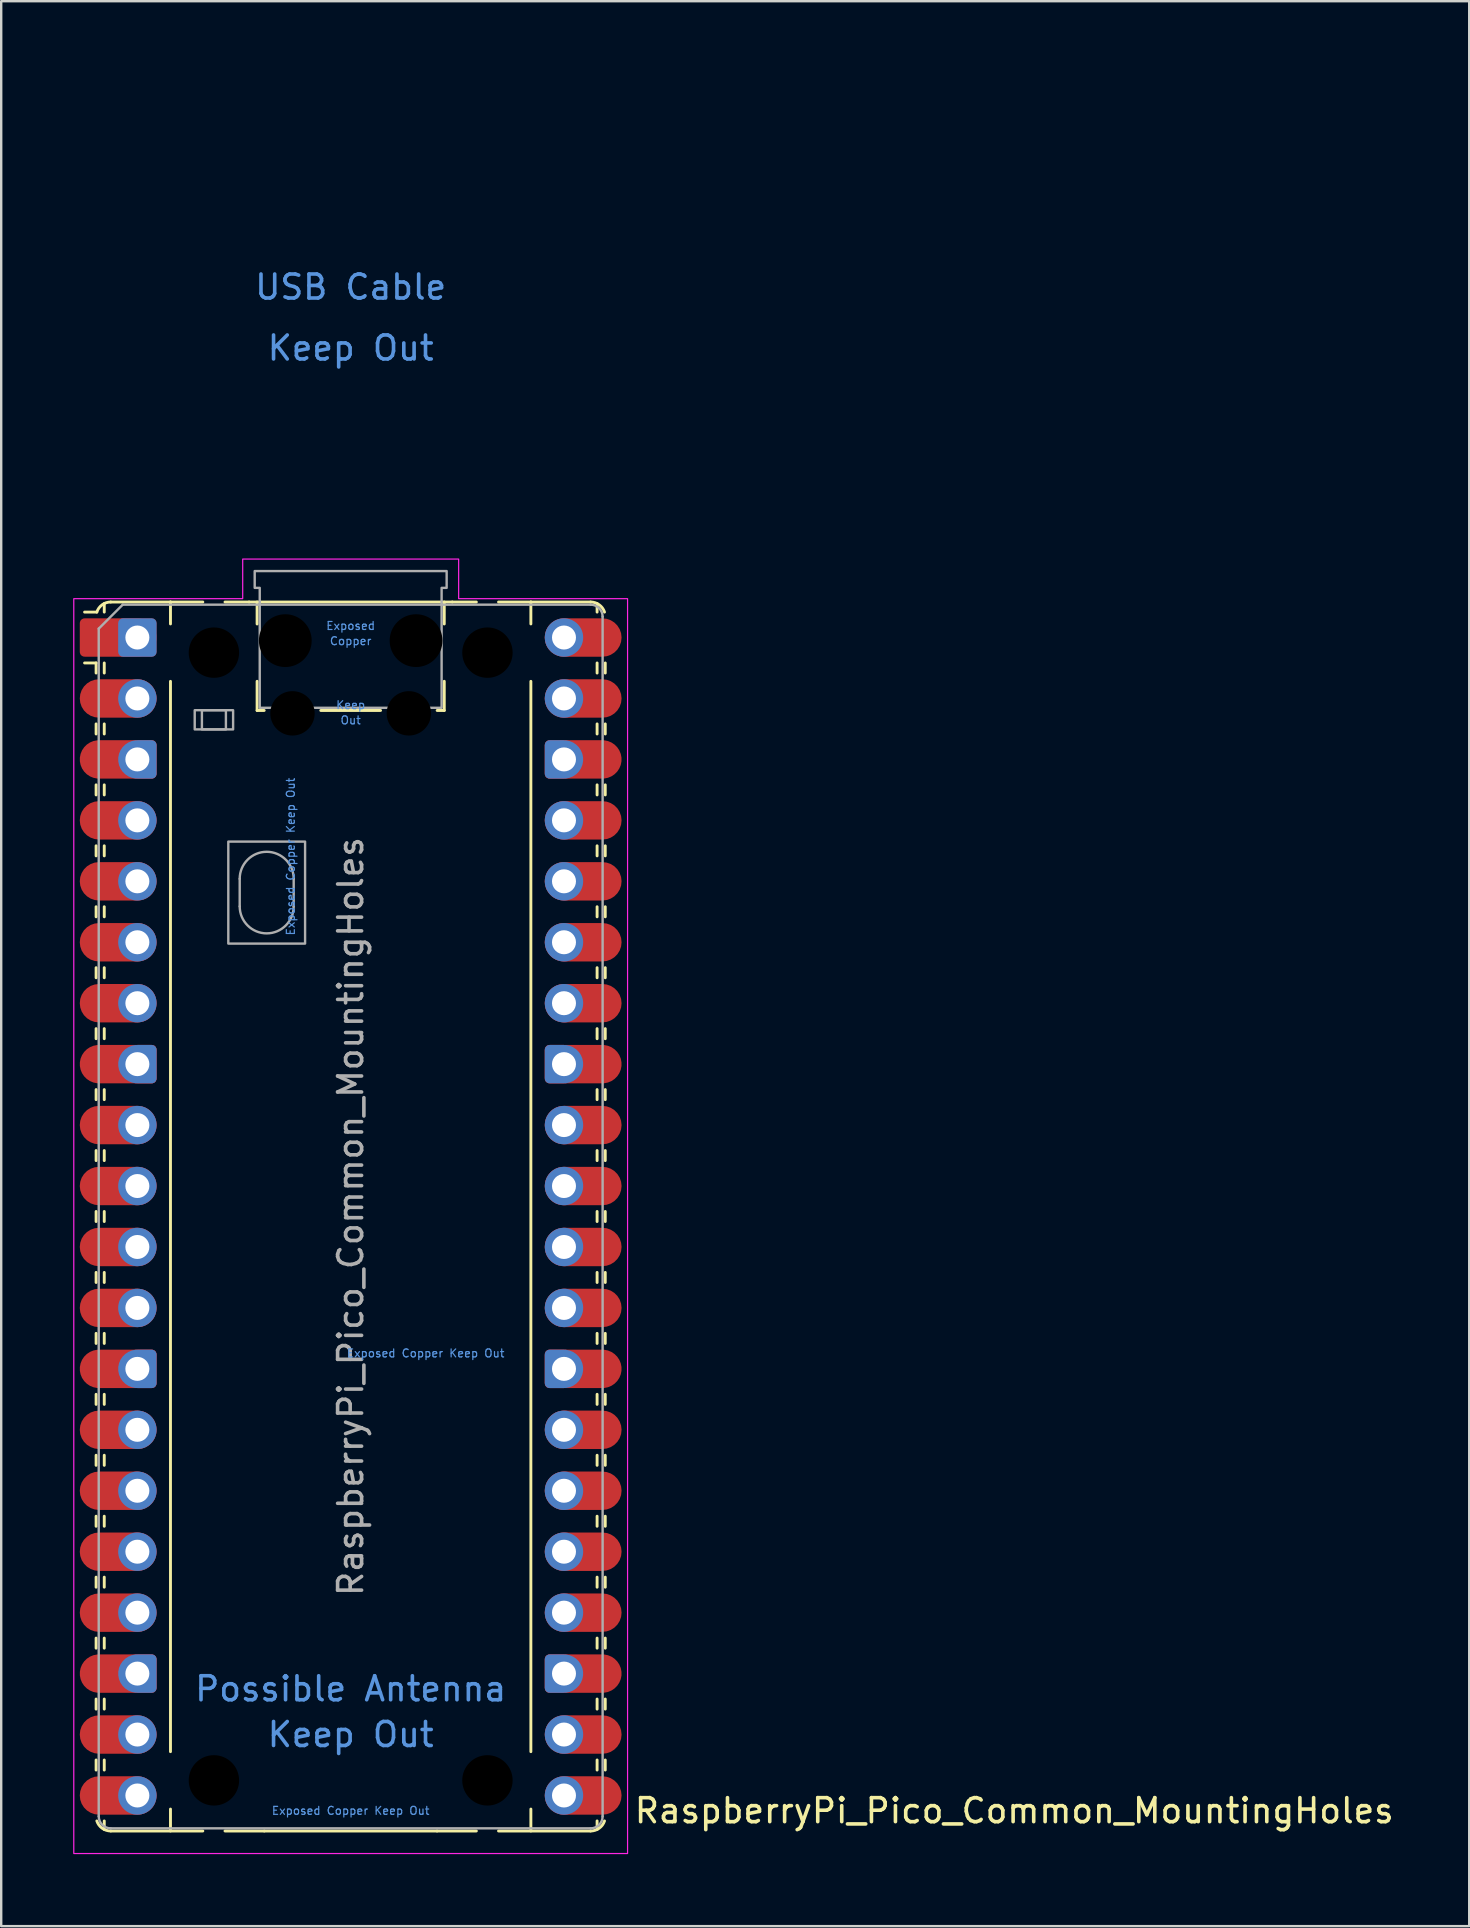
<source format=kicad_pcb>
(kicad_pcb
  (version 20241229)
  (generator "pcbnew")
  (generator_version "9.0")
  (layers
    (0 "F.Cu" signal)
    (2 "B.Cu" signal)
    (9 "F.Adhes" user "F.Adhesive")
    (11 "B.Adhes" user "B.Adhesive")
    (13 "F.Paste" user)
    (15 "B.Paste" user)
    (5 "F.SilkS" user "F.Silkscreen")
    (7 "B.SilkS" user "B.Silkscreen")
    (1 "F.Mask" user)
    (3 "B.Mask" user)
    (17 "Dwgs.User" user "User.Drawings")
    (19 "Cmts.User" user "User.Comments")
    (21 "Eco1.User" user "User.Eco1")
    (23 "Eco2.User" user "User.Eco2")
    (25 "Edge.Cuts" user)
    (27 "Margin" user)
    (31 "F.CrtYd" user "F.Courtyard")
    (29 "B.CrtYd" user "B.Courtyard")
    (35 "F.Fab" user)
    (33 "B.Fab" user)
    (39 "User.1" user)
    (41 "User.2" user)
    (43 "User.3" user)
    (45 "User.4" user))
  (footprint "RaspberryPi_Pico_Common_MountingHoles"
    (layer "F.Cu")
    (at 11.565 47.65)
    (property "Reference" "RaspberryPi_Pico_Common_MountingHoles" (at 11.748 24.765 0) (unlocked yes) (layer "F.SilkS") (effects (font (size 1 1) (thickness 0.15)) (justify left)))
    (attr through_hole)
    (fp_line (start -10.61 -23.07) (end -11.09 -23.07) (stroke (width 0.12) (type solid)) (layer "F.SilkS"))
    (fp_line (start -10.61 -23.07) (end -10.61 -22.65) (stroke (width 0.12) (type solid)) (layer "F.SilkS"))
    (fp_line (start -10.61 -20.53) (end -10.61 -20.11) (stroke (width 0.12) (type solid)) (layer "F.SilkS"))
    (fp_line (start -10.61 -17.99) (end -10.61 -17.57) (stroke (width 0.12) (type solid)) (layer "F.SilkS"))
    (fp_line (start -10.61 -15.45) (end -10.61 -15.03) (stroke (width 0.12) (type solid)) (layer "F.SilkS"))
    (fp_line (start -10.61 -12.91) (end -10.61 -12.49) (stroke (width 0.12) (type solid)) (layer "F.SilkS"))
    (fp_line (start -10.61 -10.37) (end -10.61 -9.95) (stroke (width 0.12) (type solid)) (layer "F.SilkS"))
    (fp_line (start -10.61 -7.83) (end -10.61 -7.41) (stroke (width 0.12) (type solid)) (layer "F.SilkS"))
    (fp_line (start -10.61 -5.29) (end -10.61 -4.87) (stroke (width 0.12) (type solid)) (layer "F.SilkS"))
    (fp_line (start -10.61 -2.75) (end -10.61 -2.33) (stroke (width 0.12) (type solid)) (layer "F.SilkS"))
    (fp_line (start -10.61 -0.21) (end -10.61 0.21) (stroke (width 0.12) (type solid)) (layer "F.SilkS"))
    (fp_line (start -10.61 2.33) (end -10.61 2.75) (stroke (width 0.12) (type solid)) (layer "F.SilkS"))
    (fp_line (start -10.61 4.87) (end -10.61 5.29) (stroke (width 0.12) (type solid)) (layer "F.SilkS"))
    (fp_line (start -10.61 7.41) (end -10.61 7.83) (stroke (width 0.12) (type solid)) (layer "F.SilkS"))
    (fp_line (start -10.61 9.95) (end -10.61 10.37) (stroke (width 0.12) (type solid)) (layer "F.SilkS"))
    (fp_line (start -10.61 12.49) (end -10.61 12.91) (stroke (width 0.12) (type solid)) (layer "F.SilkS"))
    (fp_line (start -10.61 15.03) (end -10.61 15.45) (stroke (width 0.12) (type solid)) (layer "F.SilkS"))
    (fp_line (start -10.61 17.57) (end -10.61 17.99) (stroke (width 0.12) (type solid)) (layer "F.SilkS"))
    (fp_line (start -10.61 20.11) (end -10.61 20.53) (stroke (width 0.12) (type solid)) (layer "F.SilkS"))
    (fp_line (start -10.61 22.65) (end -10.61 23.07) (stroke (width 0.12) (type solid)) (layer "F.SilkS"))
    (fp_line (start -10.58 -25.19) (end -11.09 -25.19) (stroke (width 0.12) (type solid)) (layer "F.SilkS"))
    (fp_line (start -10.27 -25.19) (end -10.27 -25.547) (stroke (width 0.12) (type solid)) (layer "F.SilkS"))
    (fp_line (start -10.27 -23.07) (end -10.27 -22.65) (stroke (width 0.12) (type solid)) (layer "F.SilkS"))
    (fp_line (start -10.27 -20.53) (end -10.27 -20.11) (stroke (width 0.12) (type solid)) (layer "F.SilkS"))
    (fp_line (start -10.27 -17.99) (end -10.27 -17.57) (stroke (width 0.12) (type solid)) (layer "F.SilkS"))
    (fp_line (start -10.27 -15.45) (end -10.27 -15.03) (stroke (width 0.12) (type solid)) (layer "F.SilkS"))
    (fp_line (start -10.27 -12.91) (end -10.27 -12.49) (stroke (width 0.12) (type solid)) (layer "F.SilkS"))
    (fp_line (start -10.27 -10.37) (end -10.27 -9.95) (stroke (width 0.12) (type solid)) (layer "F.SilkS"))
    (fp_line (start -10.27 -7.83) (end -10.27 -7.41) (stroke (width 0.12) (type solid)) (layer "F.SilkS"))
    (fp_line (start -10.27 -5.29) (end -10.27 -4.87) (stroke (width 0.12) (type solid)) (layer "F.SilkS"))
    (fp_line (start -10.27 -2.75) (end -10.27 -2.33) (stroke (width 0.12) (type solid)) (layer "F.SilkS"))
    (fp_line (start -10.27 -0.21) (end -10.27 0.21) (stroke (width 0.12) (type solid)) (layer "F.SilkS"))
    (fp_line (start -10.27 2.33) (end -10.27 2.75) (stroke (width 0.12) (type solid)) (layer "F.SilkS"))
    (fp_line (start -10.27 4.87) (end -10.27 5.29) (stroke (width 0.12) (type solid)) (layer "F.SilkS"))
    (fp_line (start -10.27 7.41) (end -10.27 7.83) (stroke (width 0.12) (type solid)) (layer "F.SilkS"))
    (fp_line (start -10.27 9.95) (end -10.27 10.37) (stroke (width 0.12) (type solid)) (layer "F.SilkS"))
    (fp_line (start -10.27 12.49) (end -10.27 12.91) (stroke (width 0.12) (type solid)) (layer "F.SilkS"))
    (fp_line (start -10.27 15.03) (end -10.27 15.45) (stroke (width 0.12) (type solid)) (layer "F.SilkS"))
    (fp_line (start -10.27 17.57) (end -10.27 17.99) (stroke (width 0.12) (type solid)) (layer "F.SilkS"))
    (fp_line (start -10.27 20.11) (end -10.27 20.53) (stroke (width 0.12) (type solid)) (layer "F.SilkS"))
    (fp_line (start -10.27 22.65) (end -10.27 23.07) (stroke (width 0.12) (type solid)) (layer "F.SilkS"))
    (fp_line (start -10.27 25.19) (end -10.27 25.547) (stroke (width 0.12) (type solid)) (layer "F.SilkS"))
    (fp_line (start -10 -25.61) (end -7.51 -25.61) (stroke (width 0.12) (type solid)) (layer "F.SilkS"))
    (fp_line (start -10 25.61) (end -6.162 25.61) (stroke (width 0.12) (type solid)) (layer "F.SilkS"))
    (fp_line (start -7.51 -25.61) (end -7.51 -24.696) (stroke (width 0.12) (type solid)) (layer "F.SilkS"))
    (fp_line (start -7.51 -25.61) (end -6.162 -25.61) (stroke (width 0.12) (type solid)) (layer "F.SilkS"))
    (fp_line (start -7.51 -22.304) (end -7.51 22.304) (stroke (width 0.12) (type solid)) (layer "F.SilkS"))
    (fp_line (start -7.51 24.696) (end -7.51 25.61) (stroke (width 0.12) (type solid)) (layer "F.SilkS"))
    (fp_line (start -5.238 -25.61) (end -4.235 -25.61) (stroke (width 0.12) (type solid)) (layer "F.SilkS"))
    (fp_line (start -4.235 -25.61) (end 4.235 -25.61) (stroke (width 0.12) (type solid)) (layer "F.SilkS"))
    (fp_line (start -3.9 -25.61) (end -3.9 -24.694) (stroke (width 0.12) (type solid)) (layer "F.SilkS"))
    (fp_line (start -3.9 -22.306) (end -3.9 -21.09) (stroke (width 0.12) (type solid)) (layer "F.SilkS"))
    (fp_line (start -3.9 -21.09) (end -3.604 -21.09) (stroke (width 0.12) (type solid)) (layer "F.SilkS"))
    (fp_line (start -3.6 25.61) (end -5.238 25.61) (stroke (width 0.12) (type solid)) (layer "F.SilkS"))
    (fp_line (start -1.246 -21.09) (end 1.246 -21.09) (stroke (width 0.12) (type solid)) (layer "F.SilkS"))
    (fp_line (start 3.6 25.61) (end -3.6 25.61) (stroke (width 0.12) (type solid)) (layer "F.SilkS"))
    (fp_line (start 3.604 -21.09) (end 3.9 -21.09) (stroke (width 0.12) (type solid)) (layer "F.SilkS"))
    (fp_line (start 3.9 -25.61) (end 3.9 -24.694) (stroke (width 0.12) (type solid)) (layer "F.SilkS"))
    (fp_line (start 3.9 -22.306) (end 3.9 -21.09) (stroke (width 0.12) (type solid)) (layer "F.SilkS"))
    (fp_line (start 4.235 -25.61) (end 5.238 -25.61) (stroke (width 0.12) (type solid)) (layer "F.SilkS"))
    (fp_line (start 5.238 25.61) (end 3.6 25.61) (stroke (width 0.12) (type solid)) (layer "F.SilkS"))
    (fp_line (start 6.162 -25.61) (end 7.51 -25.61) (stroke (width 0.12) (type solid)) (layer "F.SilkS"))
    (fp_line (start 6.162 25.61) (end 10 25.61) (stroke (width 0.12) (type solid)) (layer "F.SilkS"))
    (fp_line (start 7.51 -25.61) (end 7.51 -24.696) (stroke (width 0.12) (type solid)) (layer "F.SilkS"))
    (fp_line (start 7.51 -22.304) (end 7.51 22.304) (stroke (width 0.12) (type solid)) (layer "F.SilkS"))
    (fp_line (start 7.51 24.696) (end 7.51 25.61) (stroke (width 0.12) (type solid)) (layer "F.SilkS"))
    (fp_line (start 10 -25.61) (end 7.51 -25.61) (stroke (width 0.12) (type solid)) (layer "F.SilkS"))
    (fp_line (start 10.27 -25.19) (end 10.27 -25.547) (stroke (width 0.12) (type solid)) (layer "F.SilkS"))
    (fp_line (start 10.27 -23.07) (end 10.27 -22.65) (stroke (width 0.12) (type solid)) (layer "F.SilkS"))
    (fp_line (start 10.27 -20.53) (end 10.27 -20.11) (stroke (width 0.12) (type solid)) (layer "F.SilkS"))
    (fp_line (start 10.27 -17.99) (end 10.27 -17.57) (stroke (width 0.12) (type solid)) (layer "F.SilkS"))
    (fp_line (start 10.27 -15.45) (end 10.27 -15.03) (stroke (width 0.12) (type solid)) (layer "F.SilkS"))
    (fp_line (start 10.27 -12.91) (end 10.27 -12.49) (stroke (width 0.12) (type solid)) (layer "F.SilkS"))
    (fp_line (start 10.27 -10.37) (end 10.27 -9.95) (stroke (width 0.12) (type solid)) (layer "F.SilkS"))
    (fp_line (start 10.27 -7.83) (end 10.27 -7.41) (stroke (width 0.12) (type solid)) (layer "F.SilkS"))
    (fp_line (start 10.27 -5.29) (end 10.27 -4.87) (stroke (width 0.12) (type solid)) (layer "F.SilkS"))
    (fp_line (start 10.27 -2.75) (end 10.27 -2.33) (stroke (width 0.12) (type solid)) (layer "F.SilkS"))
    (fp_line (start 10.27 -0.21) (end 10.27 0.21) (stroke (width 0.12) (type solid)) (layer "F.SilkS"))
    (fp_line (start 10.27 2.33) (end 10.27 2.75) (stroke (width 0.12) (type solid)) (layer "F.SilkS"))
    (fp_line (start 10.27 4.87) (end 10.27 5.29) (stroke (width 0.12) (type solid)) (layer "F.SilkS"))
    (fp_line (start 10.27 7.41) (end 10.27 7.83) (stroke (width 0.12) (type solid)) (layer "F.SilkS"))
    (fp_line (start 10.27 9.95) (end 10.27 10.37) (stroke (width 0.12) (type solid)) (layer "F.SilkS"))
    (fp_line (start 10.27 12.49) (end 10.27 12.91) (stroke (width 0.12) (type solid)) (layer "F.SilkS"))
    (fp_line (start 10.27 15.03) (end 10.27 15.45) (stroke (width 0.12) (type solid)) (layer "F.SilkS"))
    (fp_line (start 10.27 17.57) (end 10.27 17.99) (stroke (width 0.12) (type solid)) (layer "F.SilkS"))
    (fp_line (start 10.27 20.11) (end 10.27 20.53) (stroke (width 0.12) (type solid)) (layer "F.SilkS"))
    (fp_line (start 10.27 22.65) (end 10.27 23.07) (stroke (width 0.12) (type solid)) (layer "F.SilkS"))
    (fp_line (start 10.27 25.19) (end 10.27 25.547) (stroke (width 0.12) (type solid)) (layer "F.SilkS"))
    (fp_line (start 10.61 -23.07) (end 10.61 -22.65) (stroke (width 0.12) (type solid)) (layer "F.SilkS"))
    (fp_line (start 10.61 -20.53) (end 10.61 -20.11) (stroke (width 0.12) (type solid)) (layer "F.SilkS"))
    (fp_line (start 10.61 -17.99) (end 10.61 -17.57) (stroke (width 0.12) (type solid)) (layer "F.SilkS"))
    (fp_line (start 10.61 -15.45) (end 10.61 -15.03) (stroke (width 0.12) (type solid)) (layer "F.SilkS"))
    (fp_line (start 10.61 -12.91) (end 10.61 -12.49) (stroke (width 0.12) (type solid)) (layer "F.SilkS"))
    (fp_line (start 10.61 -10.37) (end 10.61 -9.95) (stroke (width 0.12) (type solid)) (layer "F.SilkS"))
    (fp_line (start 10.61 -7.83) (end 10.61 -7.41) (stroke (width 0.12) (type solid)) (layer "F.SilkS"))
    (fp_line (start 10.61 -5.29) (end 10.61 -4.87) (stroke (width 0.12) (type solid)) (layer "F.SilkS"))
    (fp_line (start 10.61 -2.75) (end 10.61 -2.33) (stroke (width 0.12) (type solid)) (layer "F.SilkS"))
    (fp_line (start 10.61 -0.21) (end 10.61 0.21) (stroke (width 0.12) (type solid)) (layer "F.SilkS"))
    (fp_line (start 10.61 2.33) (end 10.61 2.75) (stroke (width 0.12) (type solid)) (layer "F.SilkS"))
    (fp_line (start 10.61 4.87) (end 10.61 5.29) (stroke (width 0.12) (type solid)) (layer "F.SilkS"))
    (fp_line (start 10.61 7.41) (end 10.61 7.83) (stroke (width 0.12) (type solid)) (layer "F.SilkS"))
    (fp_line (start 10.61 9.95) (end 10.61 10.37) (stroke (width 0.12) (type solid)) (layer "F.SilkS"))
    (fp_line (start 10.61 12.49) (end 10.61 12.91) (stroke (width 0.12) (type solid)) (layer "F.SilkS"))
    (fp_line (start 10.61 15.03) (end 10.61 15.45) (stroke (width 0.12) (type solid)) (layer "F.SilkS"))
    (fp_line (start 10.61 17.57) (end 10.61 17.99) (stroke (width 0.12) (type solid)) (layer "F.SilkS"))
    (fp_line (start 10.61 20.11) (end 10.61 20.53) (stroke (width 0.12) (type solid)) (layer "F.SilkS"))
    (fp_line (start 10.61 22.65) (end 10.61 23.07) (stroke (width 0.12) (type solid)) (layer "F.SilkS"))
    (fp_arc (start -10.579676 -25.19) (mid -10.357938 -25.493944) (end -10 -25.61) (stroke (width 0.12) (type solid)) (layer "F.SilkS"))
    (fp_arc (start -10 25.61) (mid -10.357937 25.493944) (end -10.579676 25.189937) (stroke (width 0.12) (type solid)) (layer "F.SilkS"))
    (fp_arc (start 10 -25.61) (mid 10.357937 -25.493944) (end 10.579676 -25.189937) (stroke (width 0.12) (type solid)) (layer "F.SilkS"))
    (fp_arc (start 10.579676 25.189937) (mid 10.357946 25.493957) (end 10 25.61) (stroke (width 0.12) (type solid)) (layer "F.SilkS"))
    (fp_poly (pts (xy -4.5 -27.4) (xy 4.5 -27.4) (xy 4.5 -25.75) (xy 11.54 -25.75) (xy 11.54 26.55) (xy -11.54 26.55) (xy -11.54 -25.75) (xy -4.5 -25.75)) (stroke (width 0.05) (type solid)) (fill no) (layer "F.CrtYd"))
    (fp_line (start -10.5 -24.5) (end -9.5 -25.5) (stroke (width 0.1) (type solid)) (layer "F.Fab"))
    (fp_line (start -10.5 25) (end -10.5 -24.5) (stroke (width 0.1) (type solid)) (layer "F.Fab"))
    (fp_line (start -9.5 -25.5) (end 10 -25.5) (stroke (width 0.1) (type solid)) (layer "F.Fab"))
    (fp_line (start -4.625 -14.075) (end -4.625 -12.925) (stroke (width 0.1) (type solid)) (layer "F.Fab"))
    (fp_line (start -2.375 -14.075) (end -2.375 -12.925) (stroke (width 0.1) (type solid)) (layer "F.Fab"))
    (fp_line (start 10 25.5) (end -10 25.5) (stroke (width 0.1) (type solid)) (layer "F.Fab"))
    (fp_line (start 10.5 -25) (end 10.5 25) (stroke (width 0.1) (type solid)) (layer "F.Fab"))
    (fp_rect (start -6.5 -21.1) (end -4.9 -20.3) (stroke (width 0.1) (type solid)) (fill no) (layer "F.Fab"))
    (fp_rect (start -6.2 -21.1) (end -5.2 -20.3) (stroke (width 0.1) (type solid)) (fill no) (layer "F.Fab"))
    (fp_rect (start -5.1 -15.625) (end -1.9 -11.375) (stroke (width 0.1) (type solid)) (fill no) (layer "F.Fab"))
    (fp_arc (start -10 25.5) (mid -10.353553 25.353553) (end -10.5 25) (stroke (width 0.1) (type solid)) (layer "F.Fab"))
    (fp_arc (start -4.625 -14.075) (mid -3.5 -15.2) (end -2.375 -14.075) (stroke (width 0.1) (type solid)) (layer "F.Fab"))
    (fp_arc (start -2.375 -12.925) (mid -3.5 -11.8) (end -4.625 -12.925) (stroke (width 0.1) (type solid)) (layer "F.Fab"))
    (fp_arc (start 10 -25.5) (mid 10.353553 -25.353553) (end 10.5 -25) (stroke (width 0.1) (type solid)) (layer "F.Fab"))
    (fp_arc (start 10.5 25) (mid 10.353553 25.353553) (end 10 25.5) (stroke (width 0.1) (type solid)) (layer "F.Fab"))
    (fp_poly (pts (xy 3.79 -21.2) (xy 3.79 -26.2) (xy 4 -26.2) (xy 4 -26.9) (xy -4 -26.9) (xy -4 -26.2) (xy -3.79 -26.2) (xy -3.79 -21.2)) (stroke (width 0.1) (type solid)) (fill no) (layer "F.Fab"))
    (fp_text user "Exposed" (at 0 -24.617 0) (unlocked yes) (layer "Cmts.User") (effects (font (size 0.333 0.333) (thickness 0.05))))
    (fp_text user "Possible Antenna" (at 0 19.685 0) (unlocked yes) (layer "Cmts.User") (effects (font (size 1 1) (thickness 0.15))))
    (fp_text user "Keep" (at 0 -21.317 0) (unlocked yes) (layer "Cmts.User") (effects (font (size 0.333 0.333) (thickness 0.05))))
    (fp_text user "Exposed Copper Keep Out" (at 3.124 5.7 0) (unlocked yes) (layer "Cmts.User") (effects (font (size 0.333 0.333) (thickness 0.05))))
    (fp_text user "USB Cable" (at 0 -38.735 0) (unlocked yes) (layer "Cmts.User") (effects (font (size 1 1) (thickness 0.15))))
    (fp_text user "Exposed Copper Keep Out" (at 0 24.765 0) (unlocked yes) (layer "Cmts.User") (effects (font (size 0.333 0.333) (thickness 0.05))))
    (fp_text user "Copper" (at 0 -23.983 0) (unlocked yes) (layer "Cmts.User") (effects (font (size 0.333 0.333) (thickness 0.05))))
    (fp_text user "Keep Out" (at 0 21.59 0) (unlocked yes) (layer "Cmts.User") (effects (font (size 1 1) (thickness 0.15))))
    (fp_text user "Exposed Copper Keep Out" (at -2.5 -15 90) (unlocked yes) (layer "Cmts.User") (effects (font (size 0.333 0.333) (thickness 0.05))))
    (fp_text user "Keep Out" (at 0 -36.195 0) (unlocked yes) (layer "Cmts.User") (effects (font (size 1 1) (thickness 0.15))))
    (fp_text user "Out" (at 0 -20.683 0) (unlocked yes) (layer "Cmts.User") (effects (font (size 0.333 0.333) (thickness 0.05))))
    (fp_text user "${REFERENCE}" (at 0 0 90) (layer "F.Fab") (effects (font (size 1 1) (thickness 0.15))))
    (pad "" np_thru_hole circle (at -5.7 -23.5) (size 3.8 3.8) (drill 2.1) (layers "*.Mask"))
    (pad "" np_thru_hole circle (at -5.7 23.5) (size 3.8 3.8) (drill 2.1) (layers "*.Mask"))
    (pad "" np_thru_hole circle (at -2.725 -24) (size 2.2 2.2) (drill 2.2) (layers "*.Mask"))
    (pad "" np_thru_hole circle (at -2.425 -20.97) (size 1.85 1.85) (drill 1.85) (layers "*.Mask"))
    (pad "" np_thru_hole circle (at 2.425 -20.97) (size 1.85 1.85) (drill 1.85) (layers "*.Mask"))
    (pad "" np_thru_hole circle (at 2.725 -24) (size 2.2 2.2) (drill 2.2) (layers "*.Mask"))
    (pad "" np_thru_hole circle (at 5.7 -23.5) (size 3.8 3.8) (drill 2.1) (layers "*.Mask"))
    (pad "" np_thru_hole circle (at 5.7 23.5) (size 3.8 3.8) (drill 2.1) (layers "*.Mask"))
    (pad "1" thru_hole roundrect (at -8.89 -24.13) (size 1.6 1.6) (drill 1) (layers "*.Cu" "*.Mask") (roundrect_rratio 0.125))
    (pad "1" smd custom (at -8.89 -24.13) (size 1.6 1.6) (layers "F.Cu" "F.Mask") (options (anchor circle)) (primitives (gr_poly (pts (xy -2.4 0.6) (xy -2.4 -0.6) (xy -2.2 -0.8) (xy 0 -0.8) (xy 0 0.8) (xy -2.2 0.8)) (width 0) (fill yes)) (gr_circle (center -2.2 0.6) (end -2 0.6) (width 0) (fill yes)) (gr_circle (center -2.2 -0.6) (end -2 -0.6) (width 0) (fill yes))))
    (pad "2" thru_hole circle (at -8.89 -21.59) (size 1.6 1.6) (drill 1) (layers "*.Cu" "*.Mask"))
    (pad "2" smd roundrect (at -8.89 -21.59) (size 3.2 1.6) (drill (offset -0.8 0)) (layers "F.Cu" "F.Mask") (roundrect_rratio 0.5))
    (pad "3" smd custom (at -8.89 -19.05) (size 1.6 1.6) (layers "F.Cu" "F.Mask") (options (anchor circle)) (primitives (gr_poly (pts (xy 0.8 -0.6) (xy 0.8 0.6) (xy 0.6 0.8) (xy -1.6 0.8) (xy -1.6 -0.8) (xy 0.6 -0.8)) (width 0) (fill yes)) (gr_circle (center 0.6 0.6) (end 0.8 0.6) (width 0) (fill yes)) (gr_circle (center 0.6 -0.6) (end 0.8 -0.6) (width 0) (fill yes)) (gr_circle (center -1.6 0) (end -0.8 0) (width 0) (fill yes))))
    (pad "3" thru_hole custom (at -8.89 -19.05) (size 1.6 1.6) (drill 1) (layers "*.Cu" "*.Mask") (options (anchor circle)) (primitives (gr_poly (pts (xy 0.8 0.6) (xy 0.8 -0.6) (xy 0.6 -0.8) (xy 0 -0.8) (xy 0 0.8) (xy 0.6 0.8)) (width 0) (fill yes)) (gr_circle (center 0.6 0.6) (end 0.8 0.6) (width 0) (fill yes)) (gr_circle (center 0.6 -0.6) (end 0.8 -0.6) (width 0) (fill yes))))
    (pad "4" thru_hole circle (at -8.89 -16.51) (size 1.6 1.6) (drill 1) (layers "*.Cu" "*.Mask"))
    (pad "4" smd roundrect (at -8.89 -16.51) (size 3.2 1.6) (drill (offset -0.8 0)) (layers "F.Cu" "F.Mask") (roundrect_rratio 0.5))
    (pad "5" thru_hole circle (at -8.89 -13.97) (size 1.6 1.6) (drill 1) (layers "*.Cu" "*.Mask"))
    (pad "5" smd roundrect (at -8.89 -13.97) (size 3.2 1.6) (drill (offset -0.8 0)) (layers "F.Cu" "F.Mask") (roundrect_rratio 0.5))
    (pad "6" thru_hole circle (at -8.89 -11.43) (size 1.6 1.6) (drill 1) (layers "*.Cu" "*.Mask"))
    (pad "6" smd roundrect (at -8.89 -11.43) (size 3.2 1.6) (drill (offset -0.8 0)) (layers "F.Cu" "F.Mask") (roundrect_rratio 0.5))
    (pad "7" thru_hole circle (at -8.89 -8.89) (size 1.6 1.6) (drill 1) (layers "*.Cu" "*.Mask"))
    (pad "7" smd roundrect (at -8.89 -8.89) (size 3.2 1.6) (drill (offset -0.8 0)) (layers "F.Cu" "F.Mask") (roundrect_rratio 0.5))
    (pad "8" smd custom (at -8.89 -6.35) (size 1.6 1.6) (layers "F.Cu" "F.Mask") (options (anchor circle)) (primitives (gr_poly (pts (xy 0.8 -0.6) (xy 0.8 0.6) (xy 0.6 0.8) (xy -1.6 0.8) (xy -1.6 -0.8) (xy 0.6 -0.8)) (width 0) (fill yes)) (gr_circle (center 0.6 0.6) (end 0.8 0.6) (width 0) (fill yes)) (gr_circle (center 0.6 -0.6) (end 0.8 -0.6) (width 0) (fill yes)) (gr_circle (center -1.6 0) (end -0.8 0) (width 0) (fill yes))))
    (pad "8" thru_hole custom (at -8.89 -6.35) (size 1.6 1.6) (drill 1) (layers "*.Cu" "*.Mask") (options (anchor circle)) (primitives (gr_poly (pts (xy 0.8 0.6) (xy 0.8 -0.6) (xy 0.6 -0.8) (xy 0 -0.8) (xy 0 0.8) (xy 0.6 0.8)) (width 0) (fill yes)) (gr_circle (center 0.6 0.6) (end 0.8 0.6) (width 0) (fill yes)) (gr_circle (center 0.6 -0.6) (end 0.8 -0.6) (width 0) (fill yes))))
    (pad "9" thru_hole circle (at -8.89 -3.81) (size 1.6 1.6) (drill 1) (layers "*.Cu" "*.Mask"))
    (pad "9" smd roundrect (at -8.89 -3.81) (size 3.2 1.6) (drill (offset -0.8 0)) (layers "F.Cu" "F.Mask") (roundrect_rratio 0.5))
    (pad "10" thru_hole circle (at -8.89 -1.27) (size 1.6 1.6) (drill 1) (layers "*.Cu" "*.Mask"))
    (pad "10" smd roundrect (at -8.89 -1.27) (size 3.2 1.6) (drill (offset -0.8 0)) (layers "F.Cu" "F.Mask") (roundrect_rratio 0.5))
    (pad "11" thru_hole circle (at -8.89 1.27) (size 1.6 1.6) (drill 1) (layers "*.Cu" "*.Mask"))
    (pad "11" smd roundrect (at -8.89 1.27) (size 3.2 1.6) (drill (offset -0.8 0)) (layers "F.Cu" "F.Mask") (roundrect_rratio 0.5))
    (pad "12" thru_hole circle (at -8.89 3.81) (size 1.6 1.6) (drill 1) (layers "*.Cu" "*.Mask"))
    (pad "12" smd roundrect (at -8.89 3.81) (size 3.2 1.6) (drill (offset -0.8 0)) (layers "F.Cu" "F.Mask") (roundrect_rratio 0.5))
    (pad "13" smd custom (at -8.89 6.35) (size 1.6 1.6) (layers "F.Cu" "F.Mask") (options (anchor circle)) (primitives (gr_poly (pts (xy 0.8 -0.6) (xy 0.8 0.6) (xy 0.6 0.8) (xy -1.6 0.8) (xy -1.6 -0.8) (xy 0.6 -0.8)) (width 0) (fill yes)) (gr_circle (center 0.6 0.6) (end 0.8 0.6) (width 0) (fill yes)) (gr_circle (center 0.6 -0.6) (end 0.8 -0.6) (width 0) (fill yes)) (gr_circle (center -1.6 0) (end -0.8 0) (width 0) (fill yes))))
    (pad "13" thru_hole custom (at -8.89 6.35) (size 1.6 1.6) (drill 1) (layers "*.Cu" "*.Mask") (options (anchor circle)) (primitives (gr_poly (pts (xy 0.8 0.6) (xy 0.8 -0.6) (xy 0.6 -0.8) (xy 0 -0.8) (xy 0 0.8) (xy 0.6 0.8)) (width 0) (fill yes)) (gr_circle (center 0.6 0.6) (end 0.8 0.6) (width 0) (fill yes)) (gr_circle (center 0.6 -0.6) (end 0.8 -0.6) (width 0) (fill yes))))
    (pad "14" thru_hole circle (at -8.89 8.89) (size 1.6 1.6) (drill 1) (layers "*.Cu" "*.Mask"))
    (pad "14" smd roundrect (at -8.89 8.89) (size 3.2 1.6) (drill (offset -0.8 0)) (layers "F.Cu" "F.Mask") (roundrect_rratio 0.5))
    (pad "15" thru_hole circle (at -8.89 11.43) (size 1.6 1.6) (drill 1) (layers "*.Cu" "*.Mask"))
    (pad "15" smd roundrect (at -8.89 11.43) (size 3.2 1.6) (drill (offset -0.8 0)) (layers "F.Cu" "F.Mask") (roundrect_rratio 0.5))
    (pad "16" thru_hole circle (at -8.89 13.97) (size 1.6 1.6) (drill 1) (layers "*.Cu" "*.Mask"))
    (pad "16" smd roundrect (at -8.89 13.97) (size 3.2 1.6) (drill (offset -0.8 0)) (layers "F.Cu" "F.Mask") (roundrect_rratio 0.5))
    (pad "17" thru_hole circle (at -8.89 16.51) (size 1.6 1.6) (drill 1) (layers "*.Cu" "*.Mask"))
    (pad "17" smd roundrect (at -8.89 16.51) (size 3.2 1.6) (drill (offset -0.8 0)) (layers "F.Cu" "F.Mask") (roundrect_rratio 0.5))
    (pad "18" smd custom (at -8.89 19.05) (size 1.6 1.6) (layers "F.Cu" "F.Mask") (options (anchor circle)) (primitives (gr_poly (pts (xy 0.8 -0.6) (xy 0.8 0.6) (xy 0.6 0.8) (xy -1.6 0.8) (xy -1.6 -0.8) (xy 0.6 -0.8)) (width 0) (fill yes)) (gr_circle (center 0.6 0.6) (end 0.8 0.6) (width 0) (fill yes)) (gr_circle (center 0.6 -0.6) (end 0.8 -0.6) (width 0) (fill yes)) (gr_circle (center -1.6 0) (end -0.8 0) (width 0) (fill yes))))
    (pad "18" thru_hole custom (at -8.89 19.05) (size 1.6 1.6) (drill 1) (layers "*.Cu" "*.Mask") (options (anchor circle)) (primitives (gr_poly (pts (xy 0.8 0.6) (xy 0.8 -0.6) (xy 0.6 -0.8) (xy 0 -0.8) (xy 0 0.8) (xy 0.6 0.8)) (width 0) (fill yes)) (gr_circle (center 0.6 0.6) (end 0.8 0.6) (width 0) (fill yes)) (gr_circle (center 0.6 -0.6) (end 0.8 -0.6) (width 0) (fill yes))))
    (pad "19" thru_hole circle (at -8.89 21.59) (size 1.6 1.6) (drill 1) (layers "*.Cu" "*.Mask"))
    (pad "19" smd roundrect (at -8.89 21.59) (size 3.2 1.6) (drill (offset -0.8 0)) (layers "F.Cu" "F.Mask") (roundrect_rratio 0.5))
    (pad "20" thru_hole circle (at -8.89 24.13) (size 1.6 1.6) (drill 1) (layers "*.Cu" "*.Mask"))
    (pad "20" smd roundrect (at -8.89 24.13) (size 3.2 1.6) (drill (offset -0.8 0)) (layers "F.Cu" "F.Mask") (roundrect_rratio 0.5))
    (pad "21" thru_hole circle (at 8.89 24.13) (size 1.6 1.6) (drill 1) (layers "*.Cu" "*.Mask"))
    (pad "21" smd roundrect (at 8.89 24.13) (size 3.2 1.6) (drill (offset 0.8 0)) (layers "F.Cu" "F.Mask") (roundrect_rratio 0.5))
    (pad "22" thru_hole circle (at 8.89 21.59) (size 1.6 1.6) (drill 1) (layers "*.Cu" "*.Mask"))
    (pad "22" smd roundrect (at 8.89 21.59) (size 3.2 1.6) (drill (offset 0.8 0)) (layers "F.Cu" "F.Mask") (roundrect_rratio 0.5))
    (pad "23" smd custom (at 8.89 19.05) (size 1.6 1.6) (layers "F.Cu" "F.Mask") (options (anchor circle)) (primitives (gr_poly (pts (xy -0.8 -0.6) (xy -0.8 0.6) (xy -0.6 0.8) (xy 1.6 0.8) (xy 1.6 -0.8) (xy -0.6 -0.8)) (width 0) (fill yes)) (gr_circle (center -0.6 0.6) (end -0.4 0.6) (width 0) (fill yes)) (gr_circle (center -0.6 -0.6) (end -0.4 -0.6) (width 0) (fill yes)) (gr_circle (center 1.6 0) (end 2.4 0) (width 0) (fill yes))))
    (pad "23" thru_hole custom (at 8.89 19.05) (size 1.6 1.6) (drill 1) (layers "*.Cu" "*.Mask") (options (anchor circle)) (primitives (gr_poly (pts (xy -0.8 0.6) (xy -0.8 -0.6) (xy -0.6 -0.8) (xy 0 -0.8) (xy 0 0.8) (xy -0.6 0.8)) (width 0) (fill yes)) (gr_circle (center -0.6 0.6) (end -0.4 0.6) (width 0) (fill yes)) (gr_circle (center -0.6 -0.6) (end -0.4 -0.6) (width 0) (fill yes))))
    (pad "24" thru_hole circle (at 8.89 16.51) (size 1.6 1.6) (drill 1) (layers "*.Cu" "*.Mask"))
    (pad "24" smd roundrect (at 8.89 16.51) (size 3.2 1.6) (drill (offset 0.8 0)) (layers "F.Cu" "F.Mask") (roundrect_rratio 0.5))
    (pad "25" thru_hole circle (at 8.89 13.97) (size 1.6 1.6) (drill 1) (layers "*.Cu" "*.Mask"))
    (pad "25" smd roundrect (at 8.89 13.97) (size 3.2 1.6) (drill (offset 0.8 0)) (layers "F.Cu" "F.Mask") (roundrect_rratio 0.5))
    (pad "26" thru_hole circle (at 8.89 11.43) (size 1.6 1.6) (drill 1) (layers "*.Cu" "*.Mask"))
    (pad "26" smd roundrect (at 8.89 11.43) (size 3.2 1.6) (drill (offset 0.8 0)) (layers "F.Cu" "F.Mask") (roundrect_rratio 0.5))
    (pad "27" thru_hole circle (at 8.89 8.89) (size 1.6 1.6) (drill 1) (layers "*.Cu" "*.Mask"))
    (pad "27" smd roundrect (at 8.89 8.89) (size 3.2 1.6) (drill (offset 0.8 0)) (layers "F.Cu" "F.Mask") (roundrect_rratio 0.5))
    (pad "28" smd custom (at 8.89 6.35) (size 1.6 1.6) (layers "F.Cu" "F.Mask") (options (anchor circle)) (primitives (gr_poly (pts (xy -0.8 -0.6) (xy -0.8 0.6) (xy -0.6 0.8) (xy 1.6 0.8) (xy 1.6 -0.8) (xy -0.6 -0.8)) (width 0) (fill yes)) (gr_circle (center -0.6 0.6) (end -0.4 0.6) (width 0) (fill yes)) (gr_circle (center -0.6 -0.6) (end -0.4 -0.6) (width 0) (fill yes)) (gr_circle (center 1.6 0) (end 2.4 0) (width 0) (fill yes))))
    (pad "28" thru_hole custom (at 8.89 6.35) (size 1.6 1.6) (drill 1) (layers "*.Cu" "*.Mask") (options (anchor circle)) (primitives (gr_poly (pts (xy -0.8 0.6) (xy -0.8 -0.6) (xy -0.6 -0.8) (xy 0 -0.8) (xy 0 0.8) (xy -0.6 0.8)) (width 0) (fill yes)) (gr_circle (center -0.6 0.6) (end -0.4 0.6) (width 0) (fill yes)) (gr_circle (center -0.6 -0.6) (end -0.4 -0.6) (width 0) (fill yes))))
    (pad "29" thru_hole circle (at 8.89 3.81) (size 1.6 1.6) (drill 1) (layers "*.Cu" "*.Mask"))
    (pad "29" smd roundrect (at 8.89 3.81) (size 3.2 1.6) (drill (offset 0.8 0)) (layers "F.Cu" "F.Mask") (roundrect_rratio 0.5))
    (pad "30" thru_hole circle (at 8.89 1.27) (size 1.6 1.6) (drill 1) (layers "*.Cu" "*.Mask"))
    (pad "30" smd roundrect (at 8.89 1.27) (size 3.2 1.6) (drill (offset 0.8 0)) (layers "F.Cu" "F.Mask") (roundrect_rratio 0.5))
    (pad "31" thru_hole circle (at 8.89 -1.27) (size 1.6 1.6) (drill 1) (layers "*.Cu" "*.Mask"))
    (pad "31" smd roundrect (at 8.89 -1.27) (size 3.2 1.6) (drill (offset 0.8 0)) (layers "F.Cu" "F.Mask") (roundrect_rratio 0.5))
    (pad "32" thru_hole circle (at 8.89 -3.81) (size 1.6 1.6) (drill 1) (layers "*.Cu" "*.Mask"))
    (pad "32" smd roundrect (at 8.89 -3.81) (size 3.2 1.6) (drill (offset 0.8 0)) (layers "F.Cu" "F.Mask") (roundrect_rratio 0.5))
    (pad "33" smd custom (at 8.89 -6.35) (size 1.6 1.6) (layers "F.Cu" "F.Mask") (options (anchor circle)) (primitives (gr_poly (pts (xy -0.8 -0.6) (xy -0.8 0.6) (xy -0.6 0.8) (xy 1.6 0.8) (xy 1.6 -0.8) (xy -0.6 -0.8)) (width 0) (fill yes)) (gr_circle (center -0.6 0.6) (end -0.4 0.6) (width 0) (fill yes)) (gr_circle (center -0.6 -0.6) (end -0.4 -0.6) (width 0) (fill yes)) (gr_circle (center 1.6 0) (end 2.4 0) (width 0) (fill yes))))
    (pad "33" thru_hole custom (at 8.89 -6.35) (size 1.6 1.6) (drill 1) (layers "*.Cu" "*.Mask") (options (anchor circle)) (primitives (gr_poly (pts (xy -0.8 0.6) (xy -0.8 -0.6) (xy -0.6 -0.8) (xy 0 -0.8) (xy 0 0.8) (xy -0.6 0.8)) (width 0) (fill yes)) (gr_circle (center -0.6 0.6) (end -0.4 0.6) (width 0) (fill yes)) (gr_circle (center -0.6 -0.6) (end -0.4 -0.6) (width 0) (fill yes))))
    (pad "34" thru_hole circle (at 8.89 -8.89) (size 1.6 1.6) (drill 1) (layers "*.Cu" "*.Mask"))
    (pad "34" smd roundrect (at 8.89 -8.89) (size 3.2 1.6) (drill (offset 0.8 0)) (layers "F.Cu" "F.Mask") (roundrect_rratio 0.5))
    (pad "35" thru_hole circle (at 8.89 -11.43) (size 1.6 1.6) (drill 1) (layers "*.Cu" "*.Mask"))
    (pad "35" smd roundrect (at 8.89 -11.43) (size 3.2 1.6) (drill (offset 0.8 0)) (layers "F.Cu" "F.Mask") (roundrect_rratio 0.5))
    (pad "36" thru_hole circle (at 8.89 -13.97) (size 1.6 1.6) (drill 1) (layers "*.Cu" "*.Mask"))
    (pad "36" smd roundrect (at 8.89 -13.97) (size 3.2 1.6) (drill (offset 0.8 0)) (layers "F.Cu" "F.Mask") (roundrect_rratio 0.5))
    (pad "37" thru_hole circle (at 8.89 -16.51) (size 1.6 1.6) (drill 1) (layers "*.Cu" "*.Mask"))
    (pad "37" smd roundrect (at 8.89 -16.51) (size 3.2 1.6) (drill (offset 0.8 0)) (layers "F.Cu" "F.Mask") (roundrect_rratio 0.5))
    (pad "38" smd custom (at 8.89 -19.05) (size 1.6 1.6) (layers "F.Cu" "F.Mask") (options (anchor circle)) (primitives (gr_poly (pts (xy -0.8 -0.6) (xy -0.8 0.6) (xy -0.6 0.8) (xy 1.6 0.8) (xy 1.6 -0.8) (xy -0.6 -0.8)) (width 0) (fill yes)) (gr_circle (center -0.6 0.6) (end -0.4 0.6) (width 0) (fill yes)) (gr_circle (center -0.6 -0.6) (end -0.4 -0.6) (width 0) (fill yes)) (gr_circle (center 1.6 0) (end 2.4 0) (width 0) (fill yes))))
    (pad "38" thru_hole custom (at 8.89 -19.05) (size 1.6 1.6) (drill 1) (layers "*.Cu" "*.Mask") (options (anchor circle)) (primitives (gr_poly (pts (xy -0.8 0.6) (xy -0.8 -0.6) (xy -0.6 -0.8) (xy 0 -0.8) (xy 0 0.8) (xy -0.6 0.8)) (width 0) (fill yes)) (gr_circle (center -0.6 0.6) (end -0.4 0.6) (width 0) (fill yes)) (gr_circle (center -0.6 -0.6) (end -0.4 -0.6) (width 0) (fill yes))))
    (pad "39" thru_hole circle (at 8.89 -21.59) (size 1.6 1.6) (drill 1) (layers "*.Cu" "*.Mask"))
    (pad "39" smd roundrect (at 8.89 -21.59) (size 3.2 1.6) (drill (offset 0.8 0)) (layers "F.Cu" "F.Mask") (roundrect_rratio 0.5))
    (pad "40" thru_hole circle (at 8.89 -24.13) (size 1.6 1.6) (drill 1) (layers "*.Cu" "*.Mask"))
    (pad "40" smd roundrect (at 8.89 -24.13) (size 3.2 1.6) (drill (offset 0.8 0)) (layers "F.Cu" "F.Mask") (roundrect_rratio 0.5))
    (zone (net_name "") (layers "F.Cu" "B.Cu" "F.Paste" "B.Paste") (name "Antenna Copper Keep Out") (hatch full 0.5) (connect_pads) (min_thickness 0.254) (filled_areas_thickness no) (keepout (tracks not_allowed) (vias not_allowed) (pads not_allowed) (copperpour not_allowed) (footprints allowed)) (placement (enabled no)) (fill) (polygon (pts (xy 9.165 72.64) (xy 4.465 68.99) (xy 4.465 64.65) (xy 18.665 64.65) (xy 18.665 68.99) (xy 13.965 72.64) (xy 13.965 73.65) (xy 9.165 73.65))))
    (zone (net_name "") (layers "F.Cu" "F.Paste") (name "Pad Keep Out D1-W") (hatch full 0.5) (connect_pads) (min_thickness 0.25) (filled_areas_thickness no) (keepout (tracks not_allowed) (vias not_allowed) (pads not_allowed) (copperpour not_allowed) (footprints allowed)) (placement (enabled no)) (fill) (polygon (pts (xy 11.194 52.45) (xy 11.249 52.395) (xy 11.322 52.365) (xy 11.362 52.363) (xy 12.149 52.363) (xy 12.149 54.337) (xy 11.362 54.337) (xy 11.322 54.335) (xy 11.249 54.305) (xy 11.194 54.25) (xy 11.164 54.177) (xy 11.162 54.137) (xy 11.162 52.563) (xy 11.164 52.523))))
    (zone (net_name "") (layers "F.Cu" "F.Paste") (name "Pad Keep Out D1-W") (hatch full 0.5) (connect_pads) (min_thickness 0.25) (filled_areas_thickness no) (keepout (tracks not_allowed) (vias not_allowed) (pads not_allowed) (copperpour not_allowed) (footprints allowed)) (placement (enabled no)) (fill) (polygon (pts (xy 12.937 54.337) (xy 12.149 54.337) (xy 12.149 52.363) (xy 12.937 52.363) (xy 12.976 52.365) (xy 13.049 52.395) (xy 13.104 52.45) (xy 13.135 52.523) (xy 13.136 52.563) (xy 13.136 54.137) (xy 13.135 54.177) (xy 13.104 54.25) (xy 13.049 54.305) (xy 12.976 54.335))))
    (zone (net_name "") (layers "F.Cu" "F.Paste") (name "Pad Keep Out TP4") (hatch full 0.5) (connect_pads) (min_thickness 0.25) (filled_areas_thickness no) (keepout (tracks not_allowed) (vias not_allowed) (pads not_allowed) (copperpour not_allowed) (footprints allowed)) (placement (enabled no)) (fill) (polygon (pts (xy 8.549 31.098) (xy 8.423 31.064) (xy 8.309 30.998) (xy 8.217 30.906) (xy 8.151 30.792) (xy 8.117 30.666) (xy 8.115 30.6) (xy 8.115 30.15) (xy 10.015 30.15) (xy 10.015 30.6) (xy 10.013 30.666) (xy 9.979 30.792) (xy 9.913 30.906) (xy 9.821 30.998) (xy 9.707 31.064) (xy 9.581 31.098) (xy 9.515 31.1) (xy 8.615 31.1))))
    (zone (net_name "") (layers "F.Cu" "F.Paste") (name "Pad Keep Out TP5") (hatch full 0.5) (connect_pads) (min_thickness 0.25) (filled_areas_thickness no) (keepout (tracks not_allowed) (vias not_allowed) (pads not_allowed) (copperpour not_allowed) (footprints allowed)) (placement (enabled no)) (fill) (polygon (pts (xy 8.549 33.598) (xy 8.423 33.564) (xy 8.309 33.498) (xy 8.217 33.406) (xy 8.151 33.292) (xy 8.117 33.166) (xy 8.115 33.1) (xy 8.115 32.65) (xy 10.015 32.65) (xy 10.015 33.1) (xy 10.013 33.166) (xy 9.979 33.292) (xy 9.913 33.406) (xy 9.821 33.498) (xy 9.707 33.564) (xy 9.581 33.598) (xy 9.515 33.6) (xy 8.615 33.6))))
    (zone (net_name "") (layers "F.Cu" "F.Paste") (name "Pad Keep Out TP6") (hatch full 0.5) (connect_pads) (min_thickness 0.25) (filled_areas_thickness no) (keepout (tracks not_allowed) (vias not_allowed) (pads not_allowed) (copperpour not_allowed) (footprints allowed)) (placement (enabled no)) (fill) (polygon (pts (xy 8.549 36.098) (xy 8.423 36.064) (xy 8.309 35.998) (xy 8.217 35.906) (xy 8.151 35.792) (xy 8.117 35.666) (xy 8.115 35.6) (xy 8.115 35.15) (xy 10.015 35.15) (xy 10.015 35.6) (xy 10.013 35.666) (xy 9.979 35.792) (xy 9.913 35.906) (xy 9.821 35.998) (xy 9.707 36.064) (xy 9.581 36.098) (xy 9.515 36.1) (xy 8.615 36.1))))
    (zone (net_name "") (layers "F.Cu" "F.Paste") (name "Pad Keep Out TP3") (hatch full 0.5) (connect_pads) (min_thickness 0.25) (filled_areas_thickness no) (keepout (tracks not_allowed) (vias not_allowed) (pads not_allowed) (copperpour not_allowed) (footprints allowed)) (placement (enabled no)) (fill) (polygon (pts (xy 9.617 22.834) (xy 9.651 22.708) (xy 9.717 22.594) (xy 9.809 22.502) (xy 9.923 22.436) (xy 10.049 22.402) (xy 10.115 22.4) (xy 10.565 22.4) (xy 10.565 24.3) (xy 10.115 24.3) (xy 10.049 24.298) (xy 9.923 24.264) (xy 9.809 24.198) (xy 9.717 24.106) (xy 9.651 23.992) (xy 9.617 23.866) (xy 9.615 23.8) (xy 9.615 22.9))))
    (zone (net_name "") (layers "F.Cu" "F.Paste") (name "Pad Keep Out TP4") (hatch full 0.5) (connect_pads) (min_thickness 0.25) (filled_areas_thickness no) (keepout (tracks not_allowed) (vias not_allowed) (pads not_allowed) (copperpour not_allowed) (footprints allowed)) (placement (enabled no)) (fill) (polygon (pts (xy 10.015 30.15) (xy 10.015 29.7) (xy 10.013 29.634) (xy 9.979 29.508) (xy 9.913 29.394) (xy 9.821 29.302) (xy 9.707 29.236) (xy 9.581 29.202) (xy 9.515 29.2) (xy 8.615 29.2) (xy 8.549 29.202) (xy 8.423 29.236) (xy 8.309 29.302) (xy 8.217 29.394) (xy 8.151 29.508) (xy 8.117 29.634) (xy 8.115 29.7) (xy 8.115 30.15))))
    (zone (net_name "") (layers "F.Cu" "F.Paste") (name "Pad Keep Out TP5") (hatch full 0.5) (connect_pads) (min_thickness 0.25) (filled_areas_thickness no) (keepout (tracks not_allowed) (vias not_allowed) (pads not_allowed) (copperpour not_allowed) (footprints allowed)) (placement (enabled no)) (fill) (polygon (pts (xy 10.015 32.65) (xy 10.015 32.2) (xy 10.013 32.134) (xy 9.979 32.008) (xy 9.913 31.894) (xy 9.821 31.802) (xy 9.707 31.736) (xy 9.581 31.702) (xy 9.515 31.7) (xy 8.615 31.7) (xy 8.549 31.702) (xy 8.423 31.736) (xy 8.309 31.802) (xy 8.217 31.894) (xy 8.151 32.008) (xy 8.117 32.134) (xy 8.115 32.2) (xy 8.115 32.65))))
    (zone (net_name "") (layers "F.Cu" "F.Paste") (name "Pad Keep Out TP6") (hatch full 0.5) (connect_pads) (min_thickness 0.25) (filled_areas_thickness no) (keepout (tracks not_allowed) (vias not_allowed) (pads not_allowed) (copperpour not_allowed) (footprints allowed)) (placement (enabled no)) (fill) (polygon (pts (xy 10.015 35.15) (xy 10.015 34.7) (xy 10.013 34.634) (xy 9.979 34.508) (xy 9.913 34.394) (xy 9.821 34.302) (xy 9.707 34.236) (xy 9.581 34.202) (xy 9.515 34.2) (xy 8.615 34.2) (xy 8.549 34.202) (xy 8.423 34.236) (xy 8.309 34.302) (xy 8.217 34.394) (xy 8.151 34.508) (xy 8.117 34.634) (xy 8.115 34.7) (xy 8.115 35.15))))
    (zone (net_name "") (layers "F.Cu" "F.Paste") (name "Pad Keep Out TP3") (hatch full 0.5) (connect_pads) (min_thickness 0.25) (filled_areas_thickness no) (keepout (tracks not_allowed) (vias not_allowed) (pads not_allowed) (copperpour not_allowed) (footprints allowed)) (placement (enabled no)) (fill) (polygon (pts (xy 10.565 24.3) (xy 11.015 24.3) (xy 11.081 24.298) (xy 11.207 24.264) (xy 11.321 24.198) (xy 11.413 24.106) (xy 11.479 23.992) (xy 11.513 23.866) (xy 11.515 23.8) (xy 11.515 22.9) (xy 11.513 22.834) (xy 11.479 22.708) (xy 11.413 22.594) (xy 11.321 22.502) (xy 11.207 22.436) (xy 11.081 22.402) (xy 11.015 22.4) (xy 10.565 22.4))))
    (zone (net_name "") (layers "F.Cu" "F.Paste") (name "Pad Keep Out TP1") (hatch full 0.5) (connect_pads) (min_thickness 0.25) (filled_areas_thickness no) (keepout (tracks not_allowed) (vias not_allowed) (pads not_allowed) (copperpour not_allowed) (footprints allowed)) (placement (enabled no)) (fill) (polygon (pts (xy 10.617 26.134) (xy 10.651 26.008) (xy 10.717 25.894) (xy 10.809 25.802) (xy 10.923 25.736) (xy 11.049 25.702) (xy 11.115 25.7) (xy 11.565 25.7) (xy 11.565 27.6) (xy 11.115 27.6) (xy 11.049 27.598) (xy 10.923 27.564) (xy 10.809 27.498) (xy 10.717 27.406) (xy 10.651 27.292) (xy 10.617 27.166) (xy 10.615 27.1) (xy 10.615 26.2))))
    (zone (net_name "") (layers "F.Cu" "F.Paste") (name "Pad Keep Out TP1") (hatch full 0.5) (connect_pads) (min_thickness 0.25) (filled_areas_thickness no) (keepout (tracks not_allowed) (vias not_allowed) (pads not_allowed) (copperpour not_allowed) (footprints allowed)) (placement (enabled no)) (fill) (polygon (pts (xy 11.565 27.6) (xy 12.015 27.6) (xy 12.081 27.598) (xy 12.207 27.564) (xy 12.321 27.498) (xy 12.413 27.406) (xy 12.479 27.292) (xy 12.513 27.166) (xy 12.515 27.1) (xy 12.515 26.2) (xy 12.513 26.134) (xy 12.479 26.008) (xy 12.413 25.894) (xy 12.321 25.802) (xy 12.207 25.736) (xy 12.081 25.702) (xy 12.015 25.7) (xy 11.565 25.7))))
    (zone (net_name "") (layers "F.Cu" "F.Paste") (name "Pad Keep Out TP2") (hatch full 0.5) (connect_pads) (min_thickness 0.25) (filled_areas_thickness no) (keepout (tracks not_allowed) (vias not_allowed) (pads not_allowed) (copperpour not_allowed) (footprints allowed)) (placement (enabled no)) (fill) (polygon (pts (xy 11.617 22.849) (xy 11.651 22.723) (xy 11.717 22.609) (xy 11.809 22.517) (xy 11.923 22.451) (xy 12.049 22.417) (xy 12.115 22.415) (xy 12.565 22.415) (xy 12.565 24.315) (xy 12.115 24.315) (xy 12.049 24.313) (xy 11.923 24.279) (xy 11.809 24.213) (xy 11.717 24.121) (xy 11.651 24.007) (xy 11.617 23.881) (xy 11.615 23.815) (xy 11.615 22.915))))
    (zone (net_name "") (layers "F.Cu" "F.Paste") (name "Pad Keep Out TP2") (hatch full 0.5) (connect_pads) (min_thickness 0.25) (filled_areas_thickness no) (keepout (tracks not_allowed) (vias not_allowed) (pads not_allowed) (copperpour not_allowed) (footprints allowed)) (placement (enabled no)) (fill) (polygon (pts (xy 12.565 24.315) (xy 13.015 24.315) (xy 13.081 24.313) (xy 13.207 24.279) (xy 13.321 24.213) (xy 13.413 24.121) (xy 13.479 24.007) (xy 13.513 23.881) (xy 13.515 23.815) (xy 13.515 22.915) (xy 13.513 22.849) (xy 13.479 22.723) (xy 13.413 22.609) (xy 13.321 22.517) (xy 13.207 22.451) (xy 13.081 22.417) (xy 13.015 22.415) (xy 12.565 22.415))))
    (zone (net_name "") (layers "F.Cu" "F.Paste") (name "Pad Keep Out D2") (hatch full 0.5) (connect_pads) (min_thickness 0.25) (filled_areas_thickness no) (keepout (tracks not_allowed) (vias not_allowed) (pads not_allowed) (copperpour not_allowed) (footprints allowed)) (placement (enabled no)) (fill) (polygon (pts (xy 10.965 70.55) (xy 11.565 70.55) (arc (start 11.565 74.15) (mid 10.857893 73.857107) (end 10.565 73.15)) (xy 10.565 70.95) (xy 10.567 70.887) (xy 10.606 70.767) (xy 10.68 70.665) (xy 10.782 70.591) (xy 10.902 70.552))))
    (zone (net_name "") (layers "F.Cu" "F.Paste") (name "Pad Keep Out D2") (hatch full 0.5) (connect_pads) (min_thickness 0.25) (filled_areas_thickness no) (keepout (tracks not_allowed) (vias not_allowed) (pads not_allowed) (copperpour not_allowed) (footprints allowed)) (placement (enabled no)) (fill) (polygon (pts (xy 12.165 70.55) (xy 12.228 70.552) (xy 12.348 70.591) (xy 12.45 70.665) (xy 12.524 70.767) (xy 12.563 70.887) (xy 12.565 70.95) (arc (start 12.565 73.15) (mid 12.272107 73.857107) (end 11.565 74.15)) (xy 11.565 70.55))))
    (zone (net_name "") (layers "F.Cu" "F.Paste") (name "Pad Keep Out D2-W") (hatch full 0.508) (connect_pads) (min_thickness 0.254) (filled_areas_thickness no) (keepout (tracks not_allowed) (vias not_allowed) (pads not_allowed) (copperpour not_allowed) (footprints allowed)) (placement (enabled no)) (fill) (polygon (pts (xy 15.681 53.35) (xy 15.662 53.157) (xy 15.606 52.972) (xy 15.516 52.801) (xy 15.393 52.651) (xy 15.244 52.527) (xy 15.074 52.435) (xy 14.889 52.378) (xy 14.696 52.358) (xy 14.503 52.375) (xy 14.317 52.43) (xy 14.146 52.52) (xy 13.995 52.641) (xy 13.87 52.789) (xy 13.777 52.959) (xy 13.719 53.144) (xy 13.697 53.336) (xy 13.713 53.529) (xy 13.767 53.715) (xy 13.855 53.887) (xy 13.975 54.039) (xy 14.123 54.165) (xy 14.292 54.259) (xy 14.476 54.319) (xy 14.668 54.342) (xy 14.861 54.327) (xy 15.048 54.275) (xy 15.221 54.188) (xy 15.373 54.069) (xy 15.5 53.922) (xy 15.595 53.754) (xy 15.657 53.57) (xy 15.681 53.378))))
    (zone (net_name "") (layers "F.Cu" "F.Paste") (name "Pad Keep Out D3-W") (hatch full 0.508) (connect_pads) (min_thickness 0.254) (filled_areas_thickness no) (keepout (tracks not_allowed) (vias not_allowed) (pads not_allowed) (copperpour not_allowed) (footprints allowed)) (placement (enabled no)) (fill) (polygon (pts (xy 18.221 53.35) (xy 18.202 53.157) (xy 18.146 52.972) (xy 18.056 52.801) (xy 17.933 52.651) (xy 17.784 52.527) (xy 17.614 52.435) (xy 17.429 52.378) (xy 17.236 52.358) (xy 17.043 52.375) (xy 16.857 52.43) (xy 16.686 52.52) (xy 16.535 52.641) (xy 16.41 52.789) (xy 16.317 52.959) (xy 16.259 53.144) (xy 16.237 53.336) (xy 16.253 53.529) (xy 16.307 53.715) (xy 16.395 53.887) (xy 16.515 54.039) (xy 16.663 54.165) (xy 16.832 54.259) (xy 17.016 54.319) (xy 17.208 54.342) (xy 17.401 54.327) (xy 17.588 54.275) (xy 17.761 54.188) (xy 17.913 54.069) (xy 18.04 53.922) (xy 18.136 53.754) (xy 18.197 53.57) (xy 18.221 53.378))))
    (zone (net_name "") (layers "F.Cu" "F.Paste") (name "Pad Keep Out D1") (hatch full 0.5) (connect_pads) (min_thickness 0.25) (filled_areas_thickness no) (keepout (tracks not_allowed) (vias not_allowed) (pads not_allowed) (copperpour not_allowed) (footprints allowed)) (placement (enabled no)) (fill) (polygon (pts (arc (start 8.025 73.15) (mid 8.317893 73.857107) (end 9.025 74.15)) (arc (start 9.025 70.55) (mid 8.317893 70.842893) (end 8.025 71.55)))))
    (zone (net_name "") (layers "F.Cu" "F.Paste") (name "Pad Keep Out D1") (hatch full 0.5) (connect_pads) (min_thickness 0.25) (filled_areas_thickness no) (keepout (tracks not_allowed) (vias not_allowed) (pads not_allowed) (copperpour not_allowed) (footprints allowed)) (placement (enabled no)) (fill) (polygon (pts (arc (start 9.025 74.15) (mid 9.732107 73.857107) (end 10.025 73.15)) (arc (start 10.025 71.55) (mid 9.732107 70.842893) (end 9.025 70.55)))))
    (zone (net_name "") (layers "F.Cu" "F.Paste") (name "Pad Keep Out D3") (hatch full 0.5) (connect_pads) (min_thickness 0.25) (filled_areas_thickness no) (keepout (tracks not_allowed) (vias not_allowed) (pads not_allowed) (copperpour not_allowed) (footprints allowed)) (placement (enabled no)) (fill) (polygon (pts (arc (start 13.105141 73.149925) (mid 13.398034 73.857032) (end 14.105141 74.149925)) (arc (start 14.105141 70.549925) (mid 13.398034 70.842818) (end 13.105141 71.549925)))))
    (zone (net_name "") (layers "F.Cu" "F.Paste") (name "Pad Keep Out D3") (hatch full 0.5) (connect_pads) (min_thickness 0.25) (filled_areas_thickness no) (keepout (tracks not_allowed) (vias not_allowed) (pads not_allowed) (copperpour not_allowed) (footprints allowed)) (placement (enabled no)) (fill) (polygon (pts (arc (start 14.105141 74.149925) (mid 14.812248 73.857032) (end 15.105141 73.149925)) (arc (start 15.105141 71.549925) (mid 14.812248 70.842818) (end 14.105141 70.549925)))))
    (zone (net_name "") (layer "Edge.Cuts") (name "Board Keep Out USB Cable") (hatch edge 0.5) (connect_pads) (min_thickness 0.254) (filled_areas_thickness no) (keepout (tracks allowed) (vias allowed) (pads allowed) (copperpour allowed) (footprints allowed)) (placement (enabled no)) (fill) (polygon (pts (xy 5.365 0) (xy 17.765 0) (xy 17.765 20.4) (xy 5.365 20.4))))
    (zone (net_name "") (layer "F.CrtYd") (name "USB Cable Keep Out") (hatch full 0.5) (connect_pads) (min_thickness 0.254) (filled_areas_thickness no) (keepout (tracks allowed) (vias allowed) (pads allowed) (copperpour allowed) (footprints not_allowed)) (placement (enabled no)) (fill) (polygon (pts (xy 5.815 19.95) (xy 7.625 19.95) (xy 7.625 20.25) (xy 15.505 20.25) (xy 15.505 19.95) (xy 17.315 19.95) (xy 17.315 0.45) (xy 5.815 0.45)))))
  (gr_rect
    (start -3 -3)
    (end 58.182 77.225)
    (stroke (width 0.1) (type default))
    (fill no)
    (layer "Edge.Cuts")))
</source>
